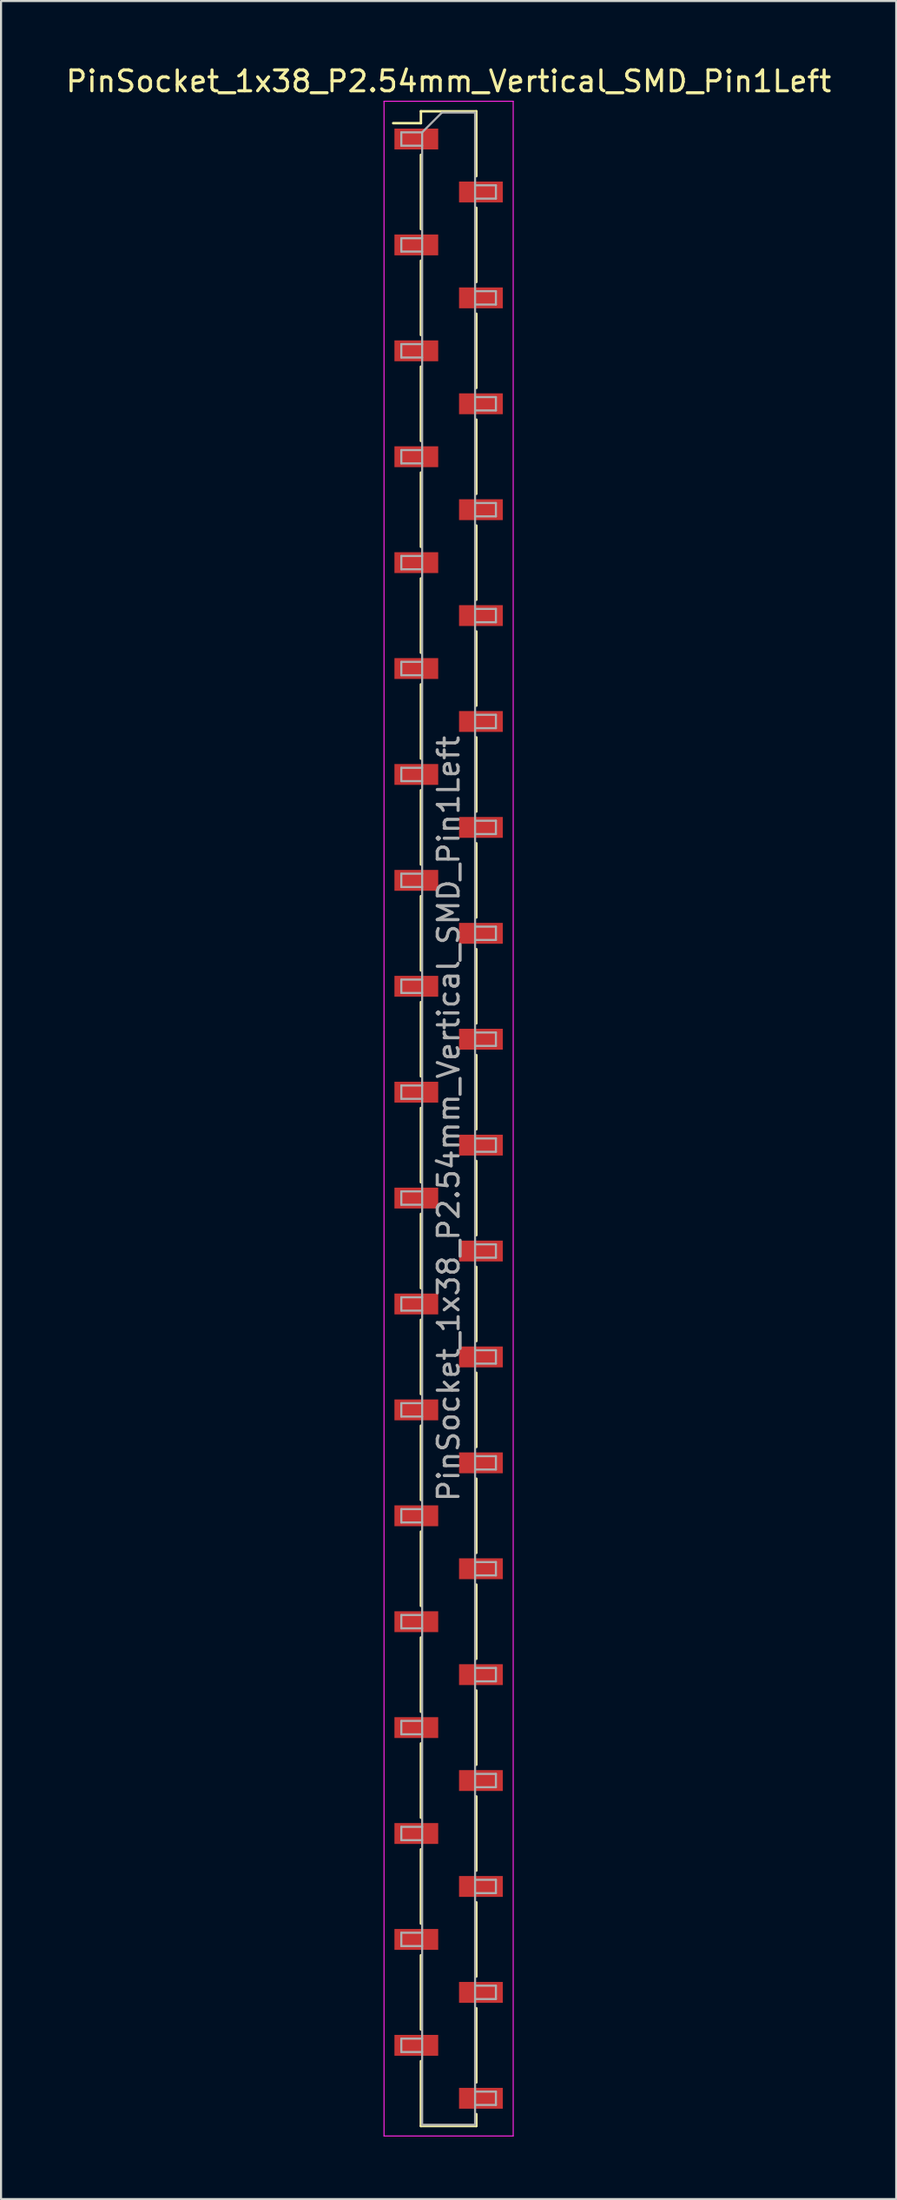
<source format=kicad_pcb>
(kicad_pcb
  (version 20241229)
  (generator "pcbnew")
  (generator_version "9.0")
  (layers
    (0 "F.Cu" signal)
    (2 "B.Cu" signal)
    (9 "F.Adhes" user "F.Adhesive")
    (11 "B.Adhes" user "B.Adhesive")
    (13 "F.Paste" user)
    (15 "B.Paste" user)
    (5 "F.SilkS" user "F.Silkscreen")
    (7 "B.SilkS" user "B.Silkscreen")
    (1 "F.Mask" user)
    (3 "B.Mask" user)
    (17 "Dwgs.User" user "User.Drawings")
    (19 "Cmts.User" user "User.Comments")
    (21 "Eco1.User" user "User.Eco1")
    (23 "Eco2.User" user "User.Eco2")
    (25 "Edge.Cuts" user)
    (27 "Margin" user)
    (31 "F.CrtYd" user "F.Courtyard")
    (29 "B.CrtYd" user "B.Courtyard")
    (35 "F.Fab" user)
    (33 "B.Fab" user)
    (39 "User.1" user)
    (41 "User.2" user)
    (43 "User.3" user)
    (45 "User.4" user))
  (footprint "PinSocket_1x38_P2.54mm_Vertical_SMD_Pin1Left"
    (layer "F.Cu")
    (at 18.482 50.608)
    (property "Reference" "PinSocket_1x38_P2.54mm_Vertical_SMD_Pin1Left" (at 0 -49.76 0) (layer "F.SilkS") (effects (font (size 1 1) (thickness 0.15))))
    (attr smd)
    (fp_line (start -2.66 -47.75) (end -1.33 -47.75) (stroke (width 0.12) (type solid)) (layer "F.SilkS"))
    (fp_line (start -1.33 -48.32) (end 1.33 -48.32) (stroke (width 0.12) (type solid)) (layer "F.SilkS"))
    (fp_line (start -1.33 -47.75) (end -1.33 -48.32) (stroke (width 0.12) (type solid)) (layer "F.SilkS"))
    (fp_line (start -1.33 -46.23) (end -1.33 -42.67) (stroke (width 0.12) (type solid)) (layer "F.SilkS"))
    (fp_line (start -1.33 -41.15) (end -1.33 -37.59) (stroke (width 0.12) (type solid)) (layer "F.SilkS"))
    (fp_line (start -1.33 -36.07) (end -1.33 -32.51) (stroke (width 0.12) (type solid)) (layer "F.SilkS"))
    (fp_line (start -1.33 -30.99) (end -1.33 -27.43) (stroke (width 0.12) (type solid)) (layer "F.SilkS"))
    (fp_line (start -1.33 -25.91) (end -1.33 -22.35) (stroke (width 0.12) (type solid)) (layer "F.SilkS"))
    (fp_line (start -1.33 -20.83) (end -1.33 -17.27) (stroke (width 0.12) (type solid)) (layer "F.SilkS"))
    (fp_line (start -1.33 -15.75) (end -1.33 -12.19) (stroke (width 0.12) (type solid)) (layer "F.SilkS"))
    (fp_line (start -1.33 -10.67) (end -1.33 -7.11) (stroke (width 0.12) (type solid)) (layer "F.SilkS"))
    (fp_line (start -1.33 -5.59) (end -1.33 -2.03) (stroke (width 0.12) (type solid)) (layer "F.SilkS"))
    (fp_line (start -1.33 -0.51) (end -1.33 3.05) (stroke (width 0.12) (type solid)) (layer "F.SilkS"))
    (fp_line (start -1.33 4.57) (end -1.33 8.13) (stroke (width 0.12) (type solid)) (layer "F.SilkS"))
    (fp_line (start -1.33 9.65) (end -1.33 13.21) (stroke (width 0.12) (type solid)) (layer "F.SilkS"))
    (fp_line (start -1.33 14.73) (end -1.33 18.29) (stroke (width 0.12) (type solid)) (layer "F.SilkS"))
    (fp_line (start -1.33 19.81) (end -1.33 23.37) (stroke (width 0.12) (type solid)) (layer "F.SilkS"))
    (fp_line (start -1.33 24.89) (end -1.33 28.45) (stroke (width 0.12) (type solid)) (layer "F.SilkS"))
    (fp_line (start -1.33 29.97) (end -1.33 33.53) (stroke (width 0.12) (type solid)) (layer "F.SilkS"))
    (fp_line (start -1.33 35.05) (end -1.33 38.61) (stroke (width 0.12) (type solid)) (layer "F.SilkS"))
    (fp_line (start -1.33 40.13) (end -1.33 43.69) (stroke (width 0.12) (type solid)) (layer "F.SilkS"))
    (fp_line (start -1.33 45.21) (end -1.33 48.32) (stroke (width 0.12) (type solid)) (layer "F.SilkS"))
    (fp_line (start 1.33 -48.32) (end 1.33 -45.21) (stroke (width 0.12) (type solid)) (layer "F.SilkS"))
    (fp_line (start 1.33 -43.69) (end 1.33 -40.13) (stroke (width 0.12) (type solid)) (layer "F.SilkS"))
    (fp_line (start 1.33 -38.61) (end 1.33 -35.05) (stroke (width 0.12) (type solid)) (layer "F.SilkS"))
    (fp_line (start 1.33 -33.53) (end 1.33 -29.97) (stroke (width 0.12) (type solid)) (layer "F.SilkS"))
    (fp_line (start 1.33 -28.45) (end 1.33 -24.89) (stroke (width 0.12) (type solid)) (layer "F.SilkS"))
    (fp_line (start 1.33 -23.37) (end 1.33 -19.81) (stroke (width 0.12) (type solid)) (layer "F.SilkS"))
    (fp_line (start 1.33 -18.29) (end 1.33 -14.73) (stroke (width 0.12) (type solid)) (layer "F.SilkS"))
    (fp_line (start 1.33 -13.21) (end 1.33 -9.65) (stroke (width 0.12) (type solid)) (layer "F.SilkS"))
    (fp_line (start 1.33 -8.13) (end 1.33 -4.57) (stroke (width 0.12) (type solid)) (layer "F.SilkS"))
    (fp_line (start 1.33 -3.05) (end 1.33 0.51) (stroke (width 0.12) (type solid)) (layer "F.SilkS"))
    (fp_line (start 1.33 2.03) (end 1.33 5.59) (stroke (width 0.12) (type solid)) (layer "F.SilkS"))
    (fp_line (start 1.33 7.11) (end 1.33 10.67) (stroke (width 0.12) (type solid)) (layer "F.SilkS"))
    (fp_line (start 1.33 12.19) (end 1.33 15.75) (stroke (width 0.12) (type solid)) (layer "F.SilkS"))
    (fp_line (start 1.33 17.27) (end 1.33 20.83) (stroke (width 0.12) (type solid)) (layer "F.SilkS"))
    (fp_line (start 1.33 22.35) (end 1.33 25.91) (stroke (width 0.12) (type solid)) (layer "F.SilkS"))
    (fp_line (start 1.33 27.43) (end 1.33 30.99) (stroke (width 0.12) (type solid)) (layer "F.SilkS"))
    (fp_line (start 1.33 32.51) (end 1.33 36.07) (stroke (width 0.12) (type solid)) (layer "F.SilkS"))
    (fp_line (start 1.33 37.59) (end 1.33 41.15) (stroke (width 0.12) (type solid)) (layer "F.SilkS"))
    (fp_line (start 1.33 42.67) (end 1.33 46.23) (stroke (width 0.12) (type solid)) (layer "F.SilkS"))
    (fp_line (start 1.33 47.75) (end 1.33 48.32) (stroke (width 0.12) (type solid)) (layer "F.SilkS"))
    (fp_line (start 1.33 48.32) (end -1.33 48.32) (stroke (width 0.12) (type solid)) (layer "F.SilkS"))
    (fp_line (start -3.1 -48.8) (end 3.1 -48.8) (stroke (width 0.05) (type solid)) (layer "F.CrtYd"))
    (fp_line (start -3.1 48.8) (end -3.1 -48.8) (stroke (width 0.05) (type solid)) (layer "F.CrtYd"))
    (fp_line (start 3.1 -48.8) (end 3.1 48.8) (stroke (width 0.05) (type solid)) (layer "F.CrtYd"))
    (fp_line (start 3.1 48.8) (end -3.1 48.8) (stroke (width 0.05) (type solid)) (layer "F.CrtYd"))
    (fp_line (start -2.27 -47.31) (end -1.27 -47.31) (stroke (width 0.1) (type solid)) (layer "F.Fab"))
    (fp_line (start -2.27 -46.67) (end -2.27 -47.31) (stroke (width 0.1) (type solid)) (layer "F.Fab"))
    (fp_line (start -2.27 -42.23) (end -1.27 -42.23) (stroke (width 0.1) (type solid)) (layer "F.Fab"))
    (fp_line (start -2.27 -41.59) (end -2.27 -42.23) (stroke (width 0.1) (type solid)) (layer "F.Fab"))
    (fp_line (start -2.27 -37.15) (end -1.27 -37.15) (stroke (width 0.1) (type solid)) (layer "F.Fab"))
    (fp_line (start -2.27 -36.51) (end -2.27 -37.15) (stroke (width 0.1) (type solid)) (layer "F.Fab"))
    (fp_line (start -2.27 -32.07) (end -1.27 -32.07) (stroke (width 0.1) (type solid)) (layer "F.Fab"))
    (fp_line (start -2.27 -31.43) (end -2.27 -32.07) (stroke (width 0.1) (type solid)) (layer "F.Fab"))
    (fp_line (start -2.27 -26.99) (end -1.27 -26.99) (stroke (width 0.1) (type solid)) (layer "F.Fab"))
    (fp_line (start -2.27 -26.35) (end -2.27 -26.99) (stroke (width 0.1) (type solid)) (layer "F.Fab"))
    (fp_line (start -2.27 -21.91) (end -1.27 -21.91) (stroke (width 0.1) (type solid)) (layer "F.Fab"))
    (fp_line (start -2.27 -21.27) (end -2.27 -21.91) (stroke (width 0.1) (type solid)) (layer "F.Fab"))
    (fp_line (start -2.27 -16.83) (end -1.27 -16.83) (stroke (width 0.1) (type solid)) (layer "F.Fab"))
    (fp_line (start -2.27 -16.19) (end -2.27 -16.83) (stroke (width 0.1) (type solid)) (layer "F.Fab"))
    (fp_line (start -2.27 -11.75) (end -1.27 -11.75) (stroke (width 0.1) (type solid)) (layer "F.Fab"))
    (fp_line (start -2.27 -11.11) (end -2.27 -11.75) (stroke (width 0.1) (type solid)) (layer "F.Fab"))
    (fp_line (start -2.27 -6.67) (end -1.27 -6.67) (stroke (width 0.1) (type solid)) (layer "F.Fab"))
    (fp_line (start -2.27 -6.03) (end -2.27 -6.67) (stroke (width 0.1) (type solid)) (layer "F.Fab"))
    (fp_line (start -2.27 -1.59) (end -1.27 -1.59) (stroke (width 0.1) (type solid)) (layer "F.Fab"))
    (fp_line (start -2.27 -0.95) (end -2.27 -1.59) (stroke (width 0.1) (type solid)) (layer "F.Fab"))
    (fp_line (start -2.27 3.49) (end -1.27 3.49) (stroke (width 0.1) (type solid)) (layer "F.Fab"))
    (fp_line (start -2.27 4.13) (end -2.27 3.49) (stroke (width 0.1) (type solid)) (layer "F.Fab"))
    (fp_line (start -2.27 8.57) (end -1.27 8.57) (stroke (width 0.1) (type solid)) (layer "F.Fab"))
    (fp_line (start -2.27 9.21) (end -2.27 8.57) (stroke (width 0.1) (type solid)) (layer "F.Fab"))
    (fp_line (start -2.27 13.65) (end -1.27 13.65) (stroke (width 0.1) (type solid)) (layer "F.Fab"))
    (fp_line (start -2.27 14.29) (end -2.27 13.65) (stroke (width 0.1) (type solid)) (layer "F.Fab"))
    (fp_line (start -2.27 18.73) (end -1.27 18.73) (stroke (width 0.1) (type solid)) (layer "F.Fab"))
    (fp_line (start -2.27 19.37) (end -2.27 18.73) (stroke (width 0.1) (type solid)) (layer "F.Fab"))
    (fp_line (start -2.27 23.81) (end -1.27 23.81) (stroke (width 0.1) (type solid)) (layer "F.Fab"))
    (fp_line (start -2.27 24.45) (end -2.27 23.81) (stroke (width 0.1) (type solid)) (layer "F.Fab"))
    (fp_line (start -2.27 28.89) (end -1.27 28.89) (stroke (width 0.1) (type solid)) (layer "F.Fab"))
    (fp_line (start -2.27 29.53) (end -2.27 28.89) (stroke (width 0.1) (type solid)) (layer "F.Fab"))
    (fp_line (start -2.27 33.97) (end -1.27 33.97) (stroke (width 0.1) (type solid)) (layer "F.Fab"))
    (fp_line (start -2.27 34.61) (end -2.27 33.97) (stroke (width 0.1) (type solid)) (layer "F.Fab"))
    (fp_line (start -2.27 39.05) (end -1.27 39.05) (stroke (width 0.1) (type solid)) (layer "F.Fab"))
    (fp_line (start -2.27 39.69) (end -2.27 39.05) (stroke (width 0.1) (type solid)) (layer "F.Fab"))
    (fp_line (start -2.27 44.13) (end -1.27 44.13) (stroke (width 0.1) (type solid)) (layer "F.Fab"))
    (fp_line (start -2.27 44.77) (end -2.27 44.13) (stroke (width 0.1) (type solid)) (layer "F.Fab"))
    (fp_line (start -1.27 -47.31) (end -0.32 -48.26) (stroke (width 0.1) (type solid)) (layer "F.Fab"))
    (fp_line (start -1.27 -46.67) (end -2.27 -46.67) (stroke (width 0.1) (type solid)) (layer "F.Fab"))
    (fp_line (start -1.27 -41.59) (end -2.27 -41.59) (stroke (width 0.1) (type solid)) (layer "F.Fab"))
    (fp_line (start -1.27 -36.51) (end -2.27 -36.51) (stroke (width 0.1) (type solid)) (layer "F.Fab"))
    (fp_line (start -1.27 -31.43) (end -2.27 -31.43) (stroke (width 0.1) (type solid)) (layer "F.Fab"))
    (fp_line (start -1.27 -26.35) (end -2.27 -26.35) (stroke (width 0.1) (type solid)) (layer "F.Fab"))
    (fp_line (start -1.27 -21.27) (end -2.27 -21.27) (stroke (width 0.1) (type solid)) (layer "F.Fab"))
    (fp_line (start -1.27 -16.19) (end -2.27 -16.19) (stroke (width 0.1) (type solid)) (layer "F.Fab"))
    (fp_line (start -1.27 -11.11) (end -2.27 -11.11) (stroke (width 0.1) (type solid)) (layer "F.Fab"))
    (fp_line (start -1.27 -6.03) (end -2.27 -6.03) (stroke (width 0.1) (type solid)) (layer "F.Fab"))
    (fp_line (start -1.27 -0.95) (end -2.27 -0.95) (stroke (width 0.1) (type solid)) (layer "F.Fab"))
    (fp_line (start -1.27 4.13) (end -2.27 4.13) (stroke (width 0.1) (type solid)) (layer "F.Fab"))
    (fp_line (start -1.27 9.21) (end -2.27 9.21) (stroke (width 0.1) (type solid)) (layer "F.Fab"))
    (fp_line (start -1.27 14.29) (end -2.27 14.29) (stroke (width 0.1) (type solid)) (layer "F.Fab"))
    (fp_line (start -1.27 19.37) (end -2.27 19.37) (stroke (width 0.1) (type solid)) (layer "F.Fab"))
    (fp_line (start -1.27 24.45) (end -2.27 24.45) (stroke (width 0.1) (type solid)) (layer "F.Fab"))
    (fp_line (start -1.27 29.53) (end -2.27 29.53) (stroke (width 0.1) (type solid)) (layer "F.Fab"))
    (fp_line (start -1.27 34.61) (end -2.27 34.61) (stroke (width 0.1) (type solid)) (layer "F.Fab"))
    (fp_line (start -1.27 39.69) (end -2.27 39.69) (stroke (width 0.1) (type solid)) (layer "F.Fab"))
    (fp_line (start -1.27 44.77) (end -2.27 44.77) (stroke (width 0.1) (type solid)) (layer "F.Fab"))
    (fp_line (start -1.27 48.26) (end -1.27 -47.31) (stroke (width 0.1) (type solid)) (layer "F.Fab"))
    (fp_line (start -0.32 -48.26) (end 1.27 -48.26) (stroke (width 0.1) (type solid)) (layer "F.Fab"))
    (fp_line (start 1.27 -48.26) (end 1.27 48.26) (stroke (width 0.1) (type solid)) (layer "F.Fab"))
    (fp_line (start 1.27 -44.77) (end 2.27 -44.77) (stroke (width 0.1) (type solid)) (layer "F.Fab"))
    (fp_line (start 1.27 -39.69) (end 2.27 -39.69) (stroke (width 0.1) (type solid)) (layer "F.Fab"))
    (fp_line (start 1.27 -34.61) (end 2.27 -34.61) (stroke (width 0.1) (type solid)) (layer "F.Fab"))
    (fp_line (start 1.27 -29.53) (end 2.27 -29.53) (stroke (width 0.1) (type solid)) (layer "F.Fab"))
    (fp_line (start 1.27 -24.45) (end 2.27 -24.45) (stroke (width 0.1) (type solid)) (layer "F.Fab"))
    (fp_line (start 1.27 -19.37) (end 2.27 -19.37) (stroke (width 0.1) (type solid)) (layer "F.Fab"))
    (fp_line (start 1.27 -14.29) (end 2.27 -14.29) (stroke (width 0.1) (type solid)) (layer "F.Fab"))
    (fp_line (start 1.27 -9.21) (end 2.27 -9.21) (stroke (width 0.1) (type solid)) (layer "F.Fab"))
    (fp_line (start 1.27 -4.13) (end 2.27 -4.13) (stroke (width 0.1) (type solid)) (layer "F.Fab"))
    (fp_line (start 1.27 0.95) (end 2.27 0.95) (stroke (width 0.1) (type solid)) (layer "F.Fab"))
    (fp_line (start 1.27 6.03) (end 2.27 6.03) (stroke (width 0.1) (type solid)) (layer "F.Fab"))
    (fp_line (start 1.27 11.11) (end 2.27 11.11) (stroke (width 0.1) (type solid)) (layer "F.Fab"))
    (fp_line (start 1.27 16.19) (end 2.27 16.19) (stroke (width 0.1) (type solid)) (layer "F.Fab"))
    (fp_line (start 1.27 21.27) (end 2.27 21.27) (stroke (width 0.1) (type solid)) (layer "F.Fab"))
    (fp_line (start 1.27 26.35) (end 2.27 26.35) (stroke (width 0.1) (type solid)) (layer "F.Fab"))
    (fp_line (start 1.27 31.43) (end 2.27 31.43) (stroke (width 0.1) (type solid)) (layer "F.Fab"))
    (fp_line (start 1.27 36.51) (end 2.27 36.51) (stroke (width 0.1) (type solid)) (layer "F.Fab"))
    (fp_line (start 1.27 41.59) (end 2.27 41.59) (stroke (width 0.1) (type solid)) (layer "F.Fab"))
    (fp_line (start 1.27 46.67) (end 2.27 46.67) (stroke (width 0.1) (type solid)) (layer "F.Fab"))
    (fp_line (start 1.27 48.26) (end -1.27 48.26) (stroke (width 0.1) (type solid)) (layer "F.Fab"))
    (fp_line (start 2.27 -44.77) (end 2.27 -44.13) (stroke (width 0.1) (type solid)) (layer "F.Fab"))
    (fp_line (start 2.27 -44.13) (end 1.27 -44.13) (stroke (width 0.1) (type solid)) (layer "F.Fab"))
    (fp_line (start 2.27 -39.69) (end 2.27 -39.05) (stroke (width 0.1) (type solid)) (layer "F.Fab"))
    (fp_line (start 2.27 -39.05) (end 1.27 -39.05) (stroke (width 0.1) (type solid)) (layer "F.Fab"))
    (fp_line (start 2.27 -34.61) (end 2.27 -33.97) (stroke (width 0.1) (type solid)) (layer "F.Fab"))
    (fp_line (start 2.27 -33.97) (end 1.27 -33.97) (stroke (width 0.1) (type solid)) (layer "F.Fab"))
    (fp_line (start 2.27 -29.53) (end 2.27 -28.89) (stroke (width 0.1) (type solid)) (layer "F.Fab"))
    (fp_line (start 2.27 -28.89) (end 1.27 -28.89) (stroke (width 0.1) (type solid)) (layer "F.Fab"))
    (fp_line (start 2.27 -24.45) (end 2.27 -23.81) (stroke (width 0.1) (type solid)) (layer "F.Fab"))
    (fp_line (start 2.27 -23.81) (end 1.27 -23.81) (stroke (width 0.1) (type solid)) (layer "F.Fab"))
    (fp_line (start 2.27 -19.37) (end 2.27 -18.73) (stroke (width 0.1) (type solid)) (layer "F.Fab"))
    (fp_line (start 2.27 -18.73) (end 1.27 -18.73) (stroke (width 0.1) (type solid)) (layer "F.Fab"))
    (fp_line (start 2.27 -14.29) (end 2.27 -13.65) (stroke (width 0.1) (type solid)) (layer "F.Fab"))
    (fp_line (start 2.27 -13.65) (end 1.27 -13.65) (stroke (width 0.1) (type solid)) (layer "F.Fab"))
    (fp_line (start 2.27 -9.21) (end 2.27 -8.57) (stroke (width 0.1) (type solid)) (layer "F.Fab"))
    (fp_line (start 2.27 -8.57) (end 1.27 -8.57) (stroke (width 0.1) (type solid)) (layer "F.Fab"))
    (fp_line (start 2.27 -4.13) (end 2.27 -3.49) (stroke (width 0.1) (type solid)) (layer "F.Fab"))
    (fp_line (start 2.27 -3.49) (end 1.27 -3.49) (stroke (width 0.1) (type solid)) (layer "F.Fab"))
    (fp_line (start 2.27 0.95) (end 2.27 1.59) (stroke (width 0.1) (type solid)) (layer "F.Fab"))
    (fp_line (start 2.27 1.59) (end 1.27 1.59) (stroke (width 0.1) (type solid)) (layer "F.Fab"))
    (fp_line (start 2.27 6.03) (end 2.27 6.67) (stroke (width 0.1) (type solid)) (layer "F.Fab"))
    (fp_line (start 2.27 6.67) (end 1.27 6.67) (stroke (width 0.1) (type solid)) (layer "F.Fab"))
    (fp_line (start 2.27 11.11) (end 2.27 11.75) (stroke (width 0.1) (type solid)) (layer "F.Fab"))
    (fp_line (start 2.27 11.75) (end 1.27 11.75) (stroke (width 0.1) (type solid)) (layer "F.Fab"))
    (fp_line (start 2.27 16.19) (end 2.27 16.83) (stroke (width 0.1) (type solid)) (layer "F.Fab"))
    (fp_line (start 2.27 16.83) (end 1.27 16.83) (stroke (width 0.1) (type solid)) (layer "F.Fab"))
    (fp_line (start 2.27 21.27) (end 2.27 21.91) (stroke (width 0.1) (type solid)) (layer "F.Fab"))
    (fp_line (start 2.27 21.91) (end 1.27 21.91) (stroke (width 0.1) (type solid)) (layer "F.Fab"))
    (fp_line (start 2.27 26.35) (end 2.27 26.99) (stroke (width 0.1) (type solid)) (layer "F.Fab"))
    (fp_line (start 2.27 26.99) (end 1.27 26.99) (stroke (width 0.1) (type solid)) (layer "F.Fab"))
    (fp_line (start 2.27 31.43) (end 2.27 32.07) (stroke (width 0.1) (type solid)) (layer "F.Fab"))
    (fp_line (start 2.27 32.07) (end 1.27 32.07) (stroke (width 0.1) (type solid)) (layer "F.Fab"))
    (fp_line (start 2.27 36.51) (end 2.27 37.15) (stroke (width 0.1) (type solid)) (layer "F.Fab"))
    (fp_line (start 2.27 37.15) (end 1.27 37.15) (stroke (width 0.1) (type solid)) (layer "F.Fab"))
    (fp_line (start 2.27 41.59) (end 2.27 42.23) (stroke (width 0.1) (type solid)) (layer "F.Fab"))
    (fp_line (start 2.27 42.23) (end 1.27 42.23) (stroke (width 0.1) (type solid)) (layer "F.Fab"))
    (fp_line (start 2.27 46.67) (end 2.27 47.31) (stroke (width 0.1) (type solid)) (layer "F.Fab"))
    (fp_line (start 2.27 47.31) (end 1.27 47.31) (stroke (width 0.1) (type solid)) (layer "F.Fab"))
    (fp_text user "${REFERENCE}" (at 0 0 90) (layer "F.Fab") (effects (font (size 1 1) (thickness 0.15))))
    (pad "1" smd rect (at -1.55 -46.99) (size 2.1 1) (layers "F.Cu" "F.Mask" "F.Paste"))
    (pad "2" smd rect (at 1.55 -44.45) (size 2.1 1) (layers "F.Cu" "F.Mask" "F.Paste"))
    (pad "3" smd rect (at -1.55 -41.91) (size 2.1 1) (layers "F.Cu" "F.Mask" "F.Paste"))
    (pad "4" smd rect (at 1.55 -39.37) (size 2.1 1) (layers "F.Cu" "F.Mask" "F.Paste"))
    (pad "5" smd rect (at -1.55 -36.83) (size 2.1 1) (layers "F.Cu" "F.Mask" "F.Paste"))
    (pad "6" smd rect (at 1.55 -34.29) (size 2.1 1) (layers "F.Cu" "F.Mask" "F.Paste"))
    (pad "7" smd rect (at -1.55 -31.75) (size 2.1 1) (layers "F.Cu" "F.Mask" "F.Paste"))
    (pad "8" smd rect (at 1.55 -29.21) (size 2.1 1) (layers "F.Cu" "F.Mask" "F.Paste"))
    (pad "9" smd rect (at -1.55 -26.67) (size 2.1 1) (layers "F.Cu" "F.Mask" "F.Paste"))
    (pad "10" smd rect (at 1.55 -24.13) (size 2.1 1) (layers "F.Cu" "F.Mask" "F.Paste"))
    (pad "11" smd rect (at -1.55 -21.59) (size 2.1 1) (layers "F.Cu" "F.Mask" "F.Paste"))
    (pad "12" smd rect (at 1.55 -19.05) (size 2.1 1) (layers "F.Cu" "F.Mask" "F.Paste"))
    (pad "13" smd rect (at -1.55 -16.51) (size 2.1 1) (layers "F.Cu" "F.Mask" "F.Paste"))
    (pad "14" smd rect (at 1.55 -13.97) (size 2.1 1) (layers "F.Cu" "F.Mask" "F.Paste"))
    (pad "15" smd rect (at -1.55 -11.43) (size 2.1 1) (layers "F.Cu" "F.Mask" "F.Paste"))
    (pad "16" smd rect (at 1.55 -8.89) (size 2.1 1) (layers "F.Cu" "F.Mask" "F.Paste"))
    (pad "17" smd rect (at -1.55 -6.35) (size 2.1 1) (layers "F.Cu" "F.Mask" "F.Paste"))
    (pad "18" smd rect (at 1.55 -3.81) (size 2.1 1) (layers "F.Cu" "F.Mask" "F.Paste"))
    (pad "19" smd rect (at -1.55 -1.27) (size 2.1 1) (layers "F.Cu" "F.Mask" "F.Paste"))
    (pad "20" smd rect (at 1.55 1.27) (size 2.1 1) (layers "F.Cu" "F.Mask" "F.Paste"))
    (pad "21" smd rect (at -1.55 3.81) (size 2.1 1) (layers "F.Cu" "F.Mask" "F.Paste"))
    (pad "22" smd rect (at 1.55 6.35) (size 2.1 1) (layers "F.Cu" "F.Mask" "F.Paste"))
    (pad "23" smd rect (at -1.55 8.89) (size 2.1 1) (layers "F.Cu" "F.Mask" "F.Paste"))
    (pad "24" smd rect (at 1.55 11.43) (size 2.1 1) (layers "F.Cu" "F.Mask" "F.Paste"))
    (pad "25" smd rect (at -1.55 13.97) (size 2.1 1) (layers "F.Cu" "F.Mask" "F.Paste"))
    (pad "26" smd rect (at 1.55 16.51) (size 2.1 1) (layers "F.Cu" "F.Mask" "F.Paste"))
    (pad "27" smd rect (at -1.55 19.05) (size 2.1 1) (layers "F.Cu" "F.Mask" "F.Paste"))
    (pad "28" smd rect (at 1.55 21.59) (size 2.1 1) (layers "F.Cu" "F.Mask" "F.Paste"))
    (pad "29" smd rect (at -1.55 24.13) (size 2.1 1) (layers "F.Cu" "F.Mask" "F.Paste"))
    (pad "30" smd rect (at 1.55 26.67) (size 2.1 1) (layers "F.Cu" "F.Mask" "F.Paste"))
    (pad "31" smd rect (at -1.55 29.21) (size 2.1 1) (layers "F.Cu" "F.Mask" "F.Paste"))
    (pad "32" smd rect (at 1.55 31.75) (size 2.1 1) (layers "F.Cu" "F.Mask" "F.Paste"))
    (pad "33" smd rect (at -1.55 34.29) (size 2.1 1) (layers "F.Cu" "F.Mask" "F.Paste"))
    (pad "34" smd rect (at 1.55 36.83) (size 2.1 1) (layers "F.Cu" "F.Mask" "F.Paste"))
    (pad "35" smd rect (at -1.55 39.37) (size 2.1 1) (layers "F.Cu" "F.Mask" "F.Paste"))
    (pad "36" smd rect (at 1.55 41.91) (size 2.1 1) (layers "F.Cu" "F.Mask" "F.Paste"))
    (pad "37" smd rect (at -1.55 44.45) (size 2.1 1) (layers "F.Cu" "F.Mask" "F.Paste"))
    (pad "38" smd rect (at 1.55 46.99) (size 2.1 1) (layers "F.Cu" "F.Mask" "F.Paste")))
  (gr_rect
    (start -3 -3)
    (end 39.964 102.433)
    (stroke (width 0.1) (type default))
    (fill no)
    (layer "Edge.Cuts")))
</source>
